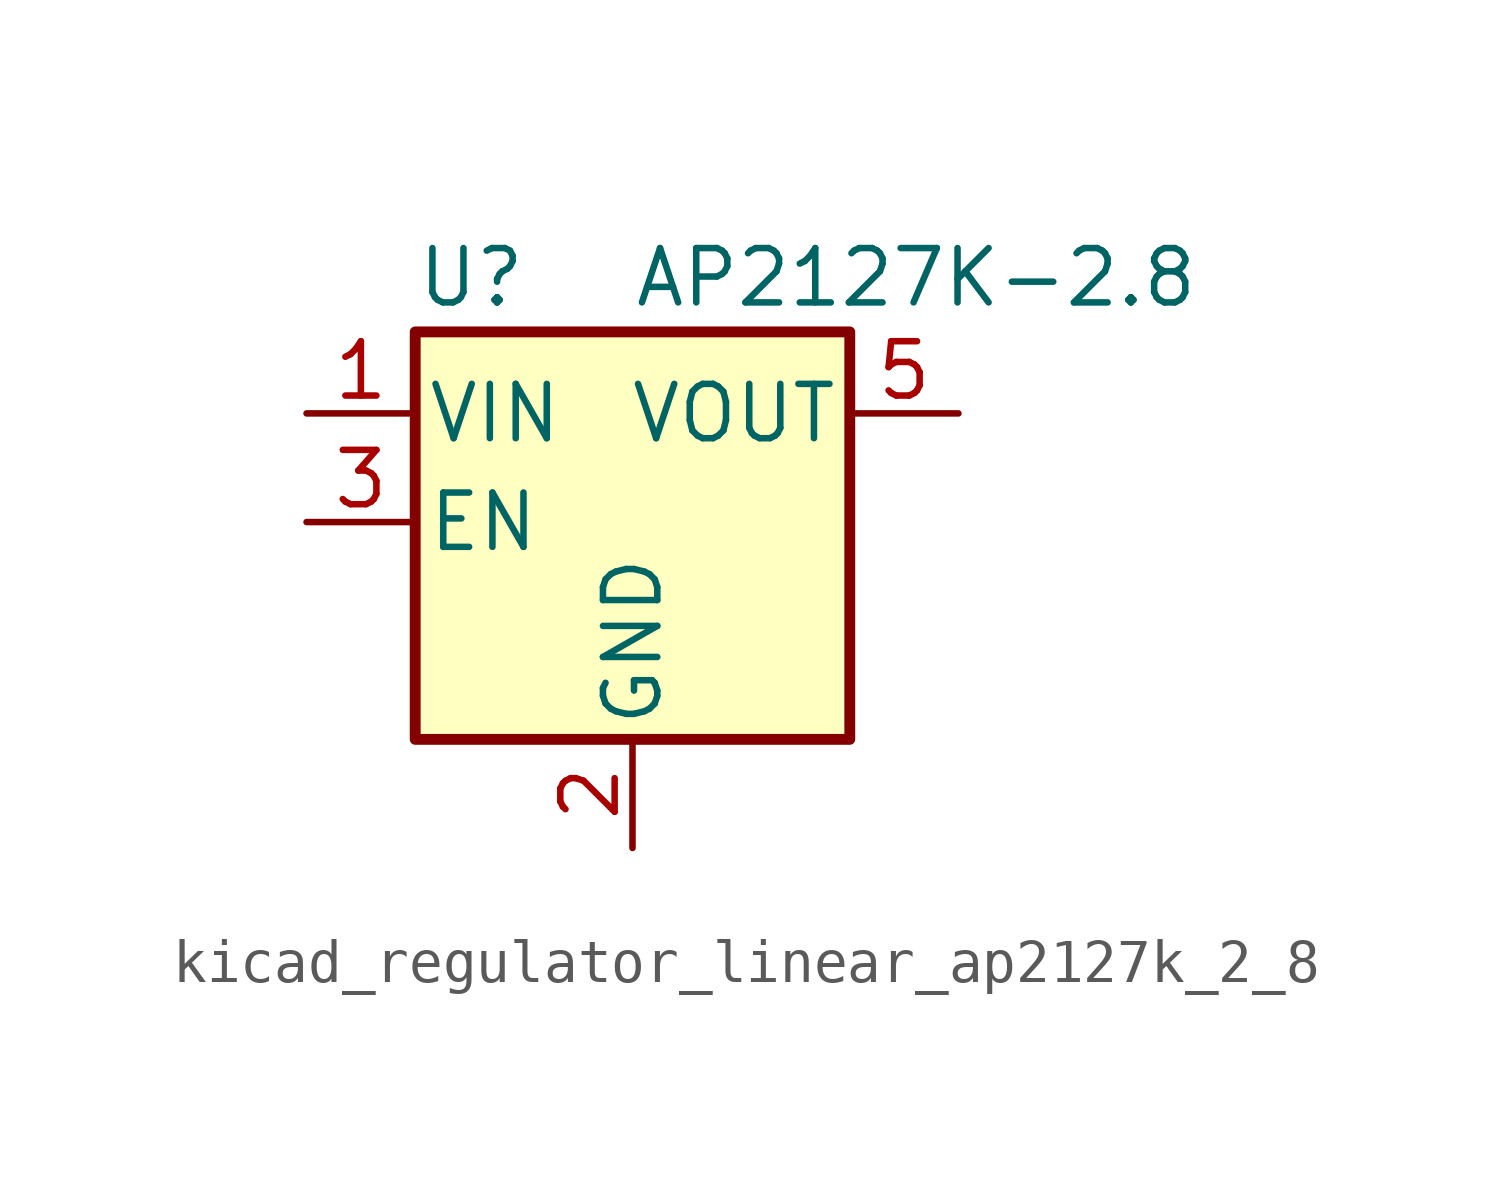
<source format=kicad_sym>
(kicad_symbol_lib
  (version 20220914)
  (generator kicad_symbol_editor)
  (symbol "kicad_regulator_linear_ap2127k_2_8"
    (pin_names
      (offset 0.254))
    (property "Reference" "U"
      (at -5.08 5.715 0)
      (effects (font (size 1.27 1.27)) (justify left)))
    (property "Value" "AP2127K-2.8"
      (at 0 5.715 0)
      (effects (font (size 1.27 1.27)) (justify left)))
    (symbol "kicad_regulator_linear_ap2127k_2_8_0_1"
      (rectangle (start -5.08 4.445) (end 5.08 -5.08) (stroke (width 0.254) (type default)) (fill (type background))))
    (symbol "kicad_regulator_linear_ap2127k_2_8_1_1"
      (pin power_in line (at -7.62 2.54 0) (length 2.54) (name "VIN" (effects (font (size 1.27 1.27)))) (number "1" (effects (font (size 1.27 1.27)))))
      (pin power_in line (at 0 -7.62 90) (length 2.54) (name "GND" (effects (font (size 1.27 1.27)))) (number "2" (effects (font (size 1.27 1.27)))))
      (pin input line (at -7.62 0 0) (length 2.54) (name "EN" (effects (font (size 1.27 1.27)))) (number "3" (effects (font (size 1.27 1.27)))))
      (pin no_connect line (at 5.08 0 180) (length 2.54) hide (name "NC" (effects (font (size 1.27 1.27)))) (number "4" (effects (font (size 1.27 1.27)))))
      (pin power_out line (at 7.62 2.54 180) (length 2.54) (name "VOUT" (effects (font (size 1.27 1.27)))) (number "5" (effects (font (size 1.27 1.27))))))))
</source>
